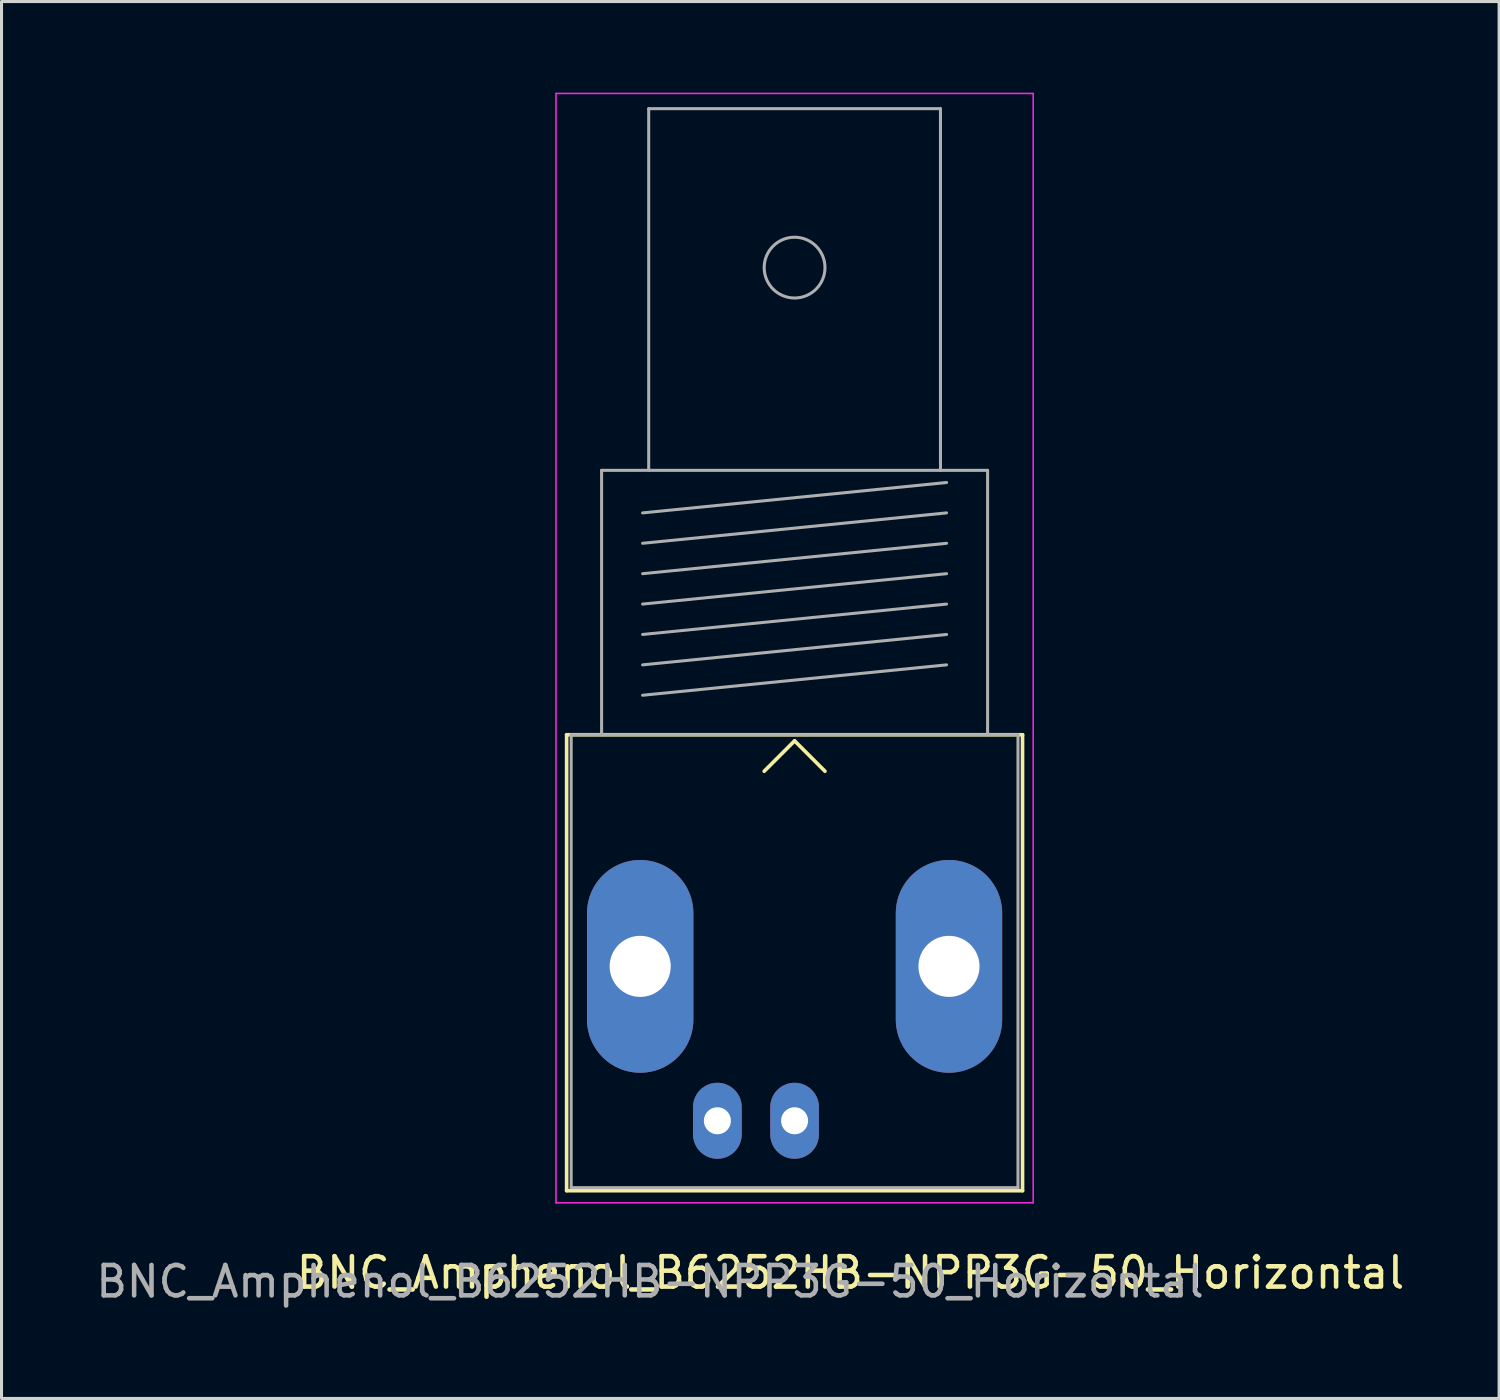
<source format=kicad_pcb>
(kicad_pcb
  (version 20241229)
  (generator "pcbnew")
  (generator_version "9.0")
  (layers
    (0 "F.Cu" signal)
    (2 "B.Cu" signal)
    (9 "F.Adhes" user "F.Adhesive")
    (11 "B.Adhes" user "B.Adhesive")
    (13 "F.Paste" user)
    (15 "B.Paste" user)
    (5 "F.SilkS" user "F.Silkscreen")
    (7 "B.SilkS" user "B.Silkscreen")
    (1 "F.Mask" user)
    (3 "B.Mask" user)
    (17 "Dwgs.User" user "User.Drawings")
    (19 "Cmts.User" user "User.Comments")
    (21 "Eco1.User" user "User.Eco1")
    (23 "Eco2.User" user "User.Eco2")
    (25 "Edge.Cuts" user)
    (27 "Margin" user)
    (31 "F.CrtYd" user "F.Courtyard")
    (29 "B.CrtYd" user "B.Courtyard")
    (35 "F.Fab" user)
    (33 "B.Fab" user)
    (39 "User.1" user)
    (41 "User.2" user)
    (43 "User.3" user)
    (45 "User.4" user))
  (footprint "BNC_Amphenol_B6252HB-NPP3G-50_Horizontal"
    (layer "F.Cu")
    (at 23.093 33.825)
    (property "Reference" "BNC_Amphenol_B6252HB-NPP3G-50_Horizontal" (at 1.84 5 0) (layer "F.SilkS") (effects (font (size 1 1) (thickness 0.15))))
    (attr through_hole)
    (fp_line (start -7.5 -12.7) (end 7.5 -12.7) (stroke (width 0.12) (type solid)) (layer "F.SilkS"))
    (fp_line (start -7.5 2.3) (end -7.5 -12.7) (stroke (width 0.12) (type solid)) (layer "F.SilkS"))
    (fp_line (start 0 -12.5) (end -1 -11.5) (stroke (width 0.12) (type solid)) (layer "F.SilkS"))
    (fp_line (start 0 -12.5) (end 1 -11.5) (stroke (width 0.12) (type solid)) (layer "F.SilkS"))
    (fp_line (start 7.5 -12.7) (end 7.5 2.3) (stroke (width 0.12) (type solid)) (layer "F.SilkS"))
    (fp_line (start 7.5 2.3) (end -7.5 2.3) (stroke (width 0.12) (type solid)) (layer "F.SilkS"))
    (fp_line (start -7.85 2.7) (end -7.85 -33.8) (stroke (width 0.05) (type solid)) (layer "F.CrtYd"))
    (fp_line (start -7.85 2.7) (end 7.85 2.7) (stroke (width 0.05) (type solid)) (layer "F.CrtYd"))
    (fp_line (start 7.85 -33.8) (end -7.85 -33.8) (stroke (width 0.05) (type solid)) (layer "F.CrtYd"))
    (fp_line (start 7.85 2.7) (end 7.85 -33.8) (stroke (width 0.05) (type solid)) (layer "F.CrtYd"))
    (fp_line (start -7.35 -12.7) (end -7.35 2.2) (stroke (width 0.1) (type solid)) (layer "F.Fab"))
    (fp_line (start -7.35 2.2) (end 7.35 2.2) (stroke (width 0.1) (type solid)) (layer "F.Fab"))
    (fp_line (start -6.35 -21.4) (end -6.35 -12.7) (stroke (width 0.1) (type solid)) (layer "F.Fab"))
    (fp_line (start -5 -20) (end 5 -21) (stroke (width 0.1) (type solid)) (layer "F.Fab"))
    (fp_line (start -5 -19) (end 5 -20) (stroke (width 0.1) (type solid)) (layer "F.Fab"))
    (fp_line (start -5 -18) (end 5 -19) (stroke (width 0.1) (type solid)) (layer "F.Fab"))
    (fp_line (start -5 -17) (end 5 -18) (stroke (width 0.1) (type solid)) (layer "F.Fab"))
    (fp_line (start -5 -16) (end 5 -17) (stroke (width 0.1) (type solid)) (layer "F.Fab"))
    (fp_line (start -5 -15) (end 5 -16) (stroke (width 0.1) (type solid)) (layer "F.Fab"))
    (fp_line (start -5 -14) (end 5 -15) (stroke (width 0.1) (type solid)) (layer "F.Fab"))
    (fp_line (start -4.8 -33.3) (end -4.8 -21.4) (stroke (width 0.1) (type solid)) (layer "F.Fab"))
    (fp_line (start 4.8 -33.3) (end -4.8 -33.3) (stroke (width 0.1) (type solid)) (layer "F.Fab"))
    (fp_line (start 4.8 -21.4) (end 4.8 -33.3) (stroke (width 0.1) (type solid)) (layer "F.Fab"))
    (fp_line (start 6.35 -21.4) (end -6.35 -21.4) (stroke (width 0.1) (type solid)) (layer "F.Fab"))
    (fp_line (start 6.35 -12.7) (end 6.35 -21.4) (stroke (width 0.1) (type solid)) (layer "F.Fab"))
    (fp_line (start 7.35 -12.7) (end -7.35 -12.7) (stroke (width 0.1) (type solid)) (layer "F.Fab"))
    (fp_line (start 7.35 2.2) (end 7.35 -12.7) (stroke (width 0.1) (type solid)) (layer "F.Fab"))
    (fp_circle (center 0 -28.07) (end 1 -28.07) (stroke (width 0.1) (type solid)) (fill no) (layer "F.Fab"))
    (fp_text user "${REFERENCE}" (at -4.754 5.289 0) (layer "F.Fab") (effects (font (size 1 1) (thickness 0.15))))
    (pad "1" thru_hole oval (at 0 0) (size 1.6 2.5) (drill 0.89) (layers "*.Cu" "*.Mask"))
    (pad "2" thru_hole oval (at -5.08 -5.08) (size 3.5 7) (drill 2.01) (layers "*.Cu" "*.Mask"))
    (pad "2" thru_hole oval (at -2.54 0) (size 1.6 2.5) (drill 0.89) (layers "*.Cu" "*.Mask"))
    (pad "2" thru_hole oval (at 5.08 -5.08) (size 3.5 7) (drill 2.01) (layers "*.Cu" "*.Mask")))
  (gr_rect
    (start -3 -3)
    (end 46.273 42.962)
    (stroke (width 0.1) (type default))
    (fill no)
    (layer "Edge.Cuts")))
</source>
